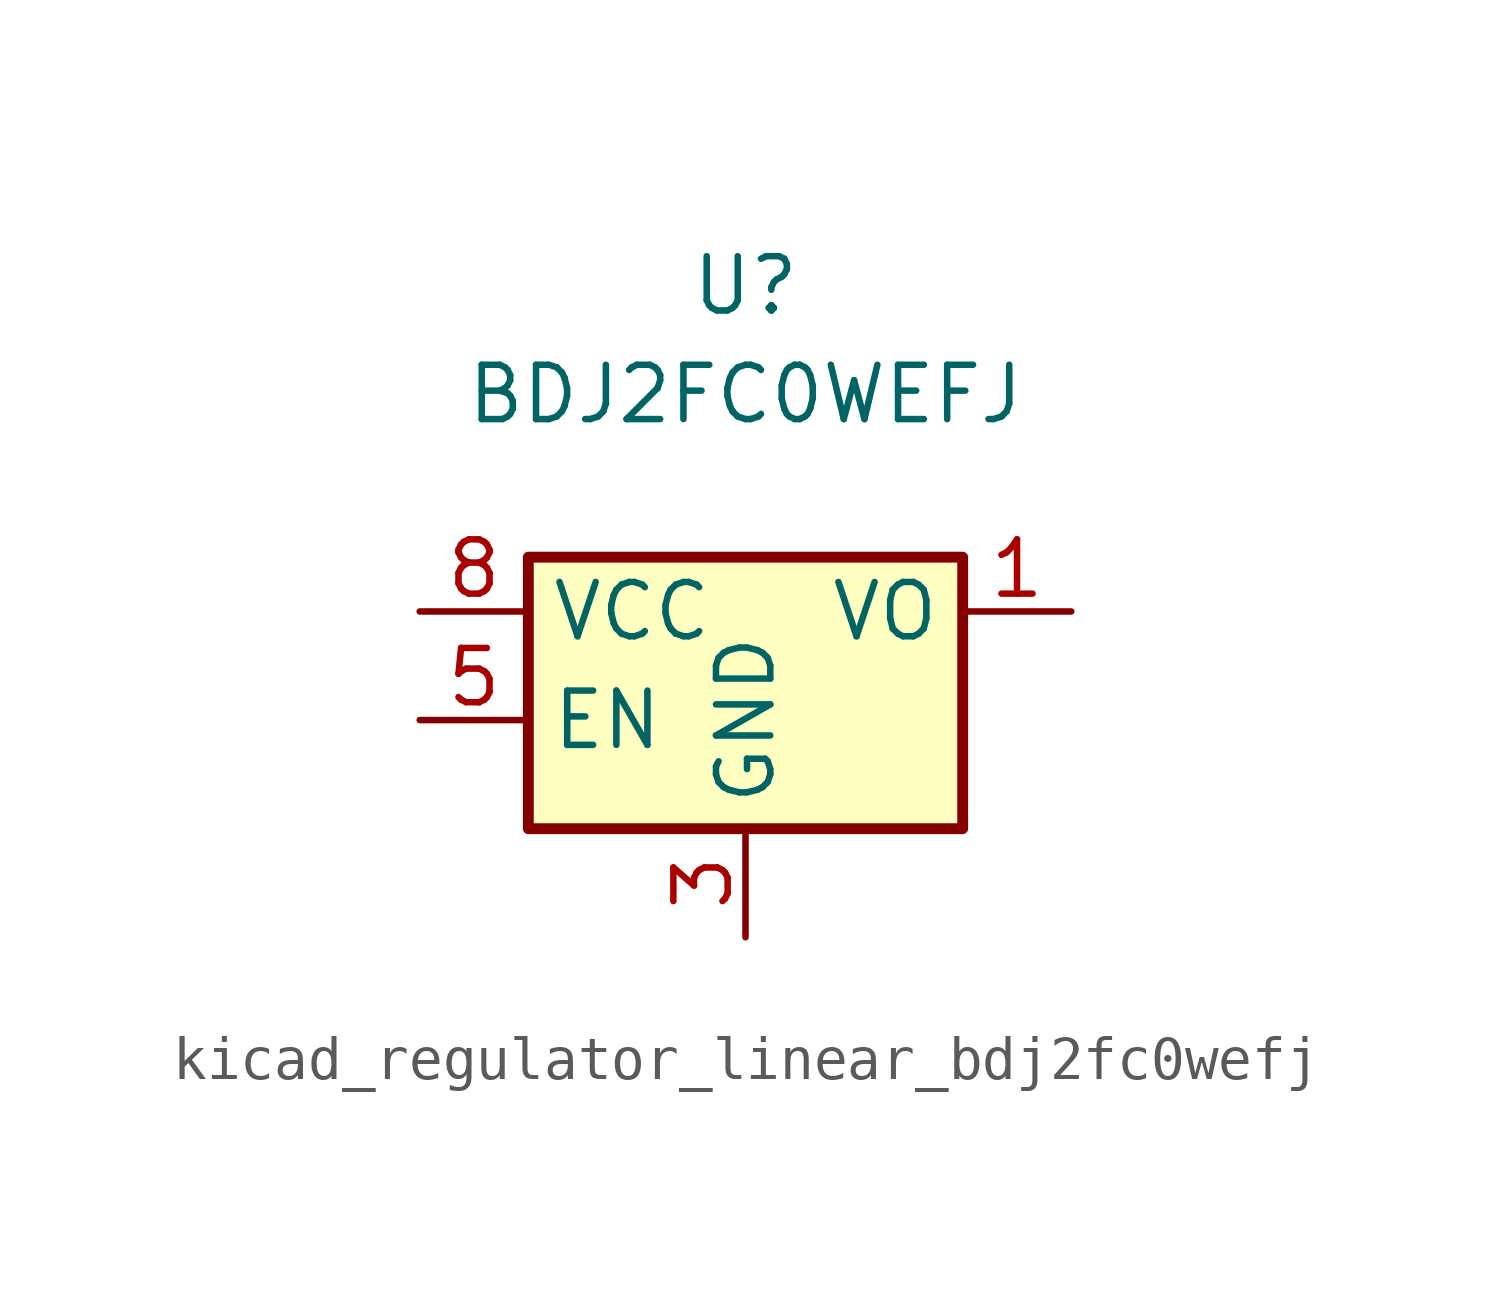
<source format=kicad_sym>
(kicad_symbol_lib
  (version 20220914)
  (generator kicad_symbol_editor)
  (symbol "kicad_regulator_linear_bdj2fc0wefj"
    (property "Reference" "U"
      (at 0 7.62 0)
      (effects (font (size 1.27 1.27))))
    (property "Value" "BDJ2FC0WEFJ"
      (at 0 5.08 0)
      (effects (font (size 1.27 1.27))))
    (symbol "kicad_regulator_linear_bdj2fc0wefj_1_1"
      (rectangle (start -5.08 -5.08) (end 5.08 1.27) (stroke (width 0.254) (type default)) (fill (type background)))
      (pin power_out line (at 7.62 0 180) (length 2.54) (name "VO" (effects (font (size 1.27 1.27)))) (number "1" (effects (font (size 1.27 1.27)))))
      (pin no_connect line (at 5.08 -2.54 180) (length 2.54) hide (name "NC" (effects (font (size 1.27 1.27)))) (number "2" (effects (font (size 1.27 1.27)))))
      (pin power_in line (at 0 -7.62 90) (length 2.54) (name "GND" (effects (font (size 1.27 1.27)))) (number "3" (effects (font (size 1.27 1.27)))))
      (pin no_connect line (at -3.81 -5.08 90) (length 2.54) hide (name "NC" (effects (font (size 1.27 1.27)))) (number "4" (effects (font (size 1.27 1.27)))))
      (pin input line (at -7.62 -2.54 0) (length 2.54) (name "EN" (effects (font (size 1.27 1.27)))) (number "5" (effects (font (size 1.27 1.27)))))
      (pin no_connect line (at -2.54 -5.08 90) (length 2.54) hide (name "NC" (effects (font (size 1.27 1.27)))) (number "6" (effects (font (size 1.27 1.27)))))
      (pin no_connect line (at -1.27 -5.08 90) (length 2.54) hide (name "NC" (effects (font (size 1.27 1.27)))) (number "7" (effects (font (size 1.27 1.27)))))
      (pin power_in line (at -7.62 0 0) (length 2.54) (name "VCC" (effects (font (size 1.27 1.27)))) (number "8" (effects (font (size 1.27 1.27)))))
      (pin passive line (at 0 -7.62 90) (length 2.54) hide (name "GND" (effects (font (size 1.27 1.27)))) (number "9" (effects (font (size 1.27 1.27))))))))
</source>
